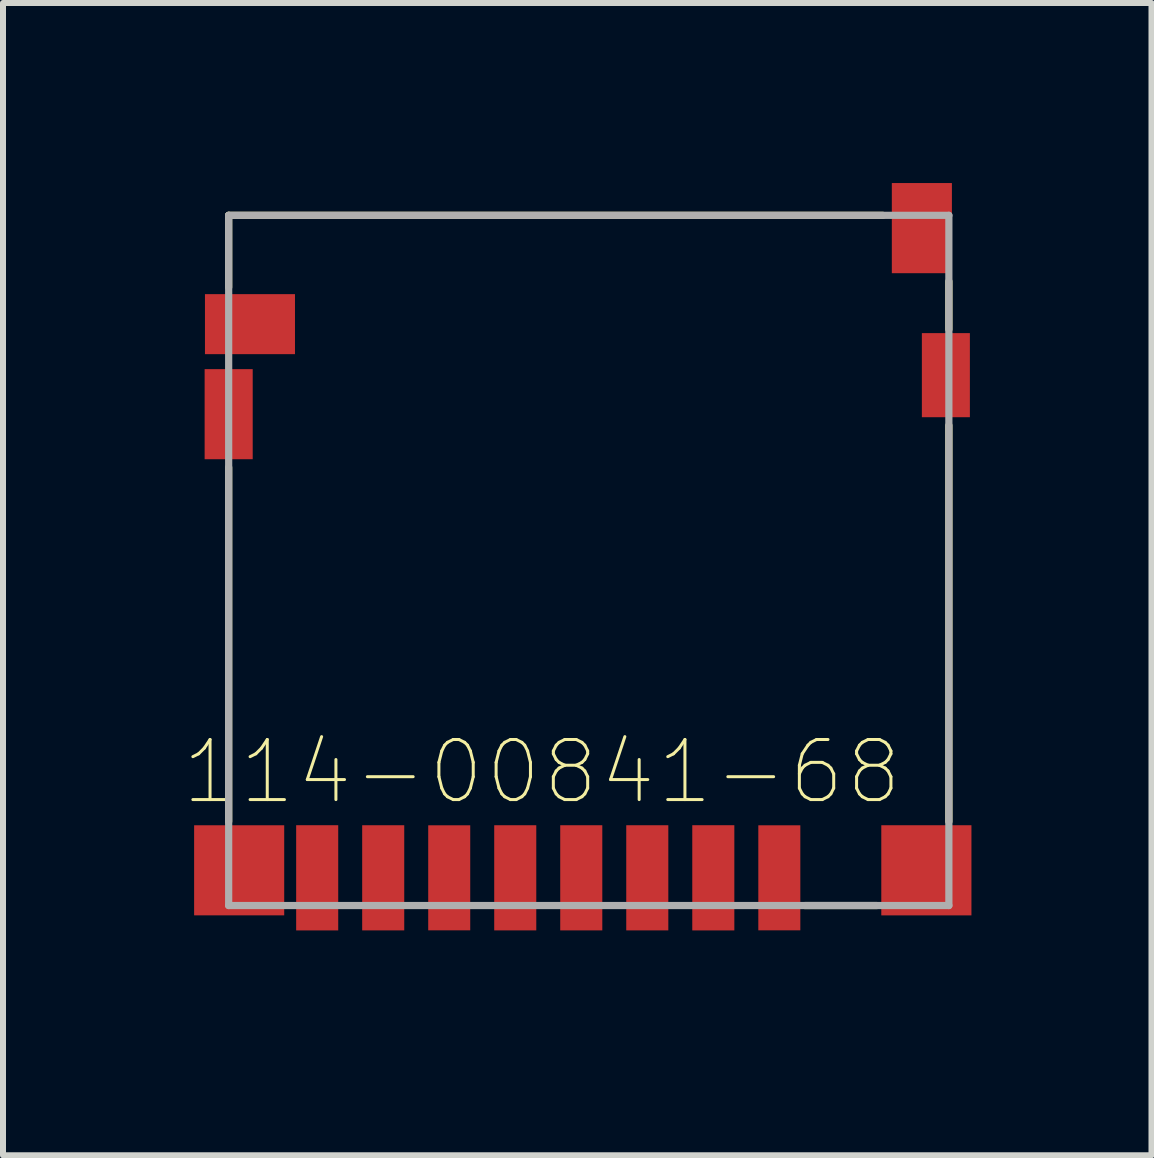
<source format=kicad_pcb>
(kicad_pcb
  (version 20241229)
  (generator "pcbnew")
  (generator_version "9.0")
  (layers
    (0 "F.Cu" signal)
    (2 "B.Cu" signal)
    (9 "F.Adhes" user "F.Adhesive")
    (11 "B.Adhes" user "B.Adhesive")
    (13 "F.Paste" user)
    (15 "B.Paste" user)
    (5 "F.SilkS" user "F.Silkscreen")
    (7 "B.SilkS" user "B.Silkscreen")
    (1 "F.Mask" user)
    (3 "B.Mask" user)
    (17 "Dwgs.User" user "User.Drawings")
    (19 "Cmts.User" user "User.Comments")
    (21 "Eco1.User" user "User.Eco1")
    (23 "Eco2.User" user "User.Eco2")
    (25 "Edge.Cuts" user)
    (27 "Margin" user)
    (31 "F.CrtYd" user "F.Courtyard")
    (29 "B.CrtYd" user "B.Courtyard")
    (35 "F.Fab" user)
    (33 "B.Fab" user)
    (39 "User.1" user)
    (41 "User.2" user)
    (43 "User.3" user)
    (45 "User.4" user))
  (footprint "114-00841-68"
    (layer "F.Cu")
    (at 0.76 0.538)
    (property "Reference" "114-00841-68" (at 5.219 9.274 0) (layer "F.SilkS") (effects (font (size 1.001 1.001) (thickness 0.05))))
    (attr smd)
    (fp_line (start 0 0) (end 0 1.2) (stroke (width 0.12) (type solid)) (layer "F.SilkS"))
    (fp_line (start 0 0) (end 10.9 0) (stroke (width 0.12) (type solid)) (layer "F.SilkS"))
    (fp_line (start 0 10.1) (end 0 4.2) (stroke (width 0.12) (type solid)) (layer "F.SilkS"))
    (fp_line (start 10.8 11.5) (end 9.6 11.5) (stroke (width 0.12) (type solid)) (layer "F.SilkS"))
    (fp_line (start 12 1.1) (end 12 1.9) (stroke (width 0.12) (type solid)) (layer "F.SilkS"))
    (fp_line (start 12 3.5) (end 12 10.1) (stroke (width 0.12) (type solid)) (layer "F.SilkS"))
    (fp_circle (center 9.159 12.455) (end 9.265 12.455) (stroke (width 0.2) (type solid)) (fill no) (layer "Eco2.User"))
    (fp_line (start 0 0) (end 12 0) (stroke (width 0.12) (type solid)) (layer "F.Fab"))
    (fp_line (start 0 11.5) (end 0 0) (stroke (width 0.12) (type solid)) (layer "F.Fab"))
    (fp_line (start 12 0) (end 12 11.5) (stroke (width 0.12) (type solid)) (layer "F.Fab"))
    (fp_line (start 12 11.5) (end 0 11.5) (stroke (width 0.12) (type solid)) (layer "F.Fab"))
    (pad "1" smd rect (at 9.175 11.038 90) (size 1.75 0.7) (layers "F.Cu" "F.Mask" "F.Paste"))
    (pad "2" smd rect (at 8.075 11.038 90) (size 1.753 0.701) (layers "F.Cu" "F.Mask" "F.Paste"))
    (pad "3" smd rect (at 6.975 11.038 90) (size 1.752 0.701) (layers "F.Cu" "F.Mask" "F.Paste"))
    (pad "4" smd rect (at 5.875 11.038 90) (size 1.752 0.701) (layers "F.Cu" "F.Mask" "F.Paste"))
    (pad "5" smd rect (at 4.775 11.038 90) (size 1.752 0.701) (layers "F.Cu" "F.Mask" "F.Paste"))
    (pad "6" smd rect (at 3.675 11.038 90) (size 1.75 0.7) (layers "F.Cu" "F.Mask" "F.Paste"))
    (pad "7" smd rect (at 2.575 11.038 90) (size 1.752 0.701) (layers "F.Cu" "F.Mask" "F.Paste"))
    (pad "8" smd rect (at 1.475 11.038 90) (size 1.753 0.701) (layers "F.Cu" "F.Mask" "F.Paste"))
    (pad "9" smd rect (at 0.355 1.813) (size 1.5 1) (layers "F.Cu" "F.Mask" "F.Paste"))
    (pad "10" smd rect (at 11.55 0.213 90) (size 1.502 1.001) (layers "F.Cu" "F.Mask" "F.Paste"))
    (pad "11" smd rect (at 0 3.313 90) (size 1.501 0.801) (layers "F.Cu" "F.Mask" "F.Paste"))
    (pad "11" smd rect (at 0.175 10.913) (size 1.501 1.501) (layers "F.Cu" "F.Mask" "F.Paste"))
    (pad "11" smd rect (at 11.625 10.913) (size 1.502 1.502) (layers "F.Cu" "F.Mask" "F.Paste"))
    (pad "11" smd rect (at 11.95 2.663 90) (size 1.401 0.8) (layers "F.Cu" "F.Mask" "F.Paste")))
  (gr_rect
    (start -3 -3)
    (end 16.136 16.199)
    (stroke (width 0.1) (type default))
    (fill no)
    (layer "Edge.Cuts")))
</source>
